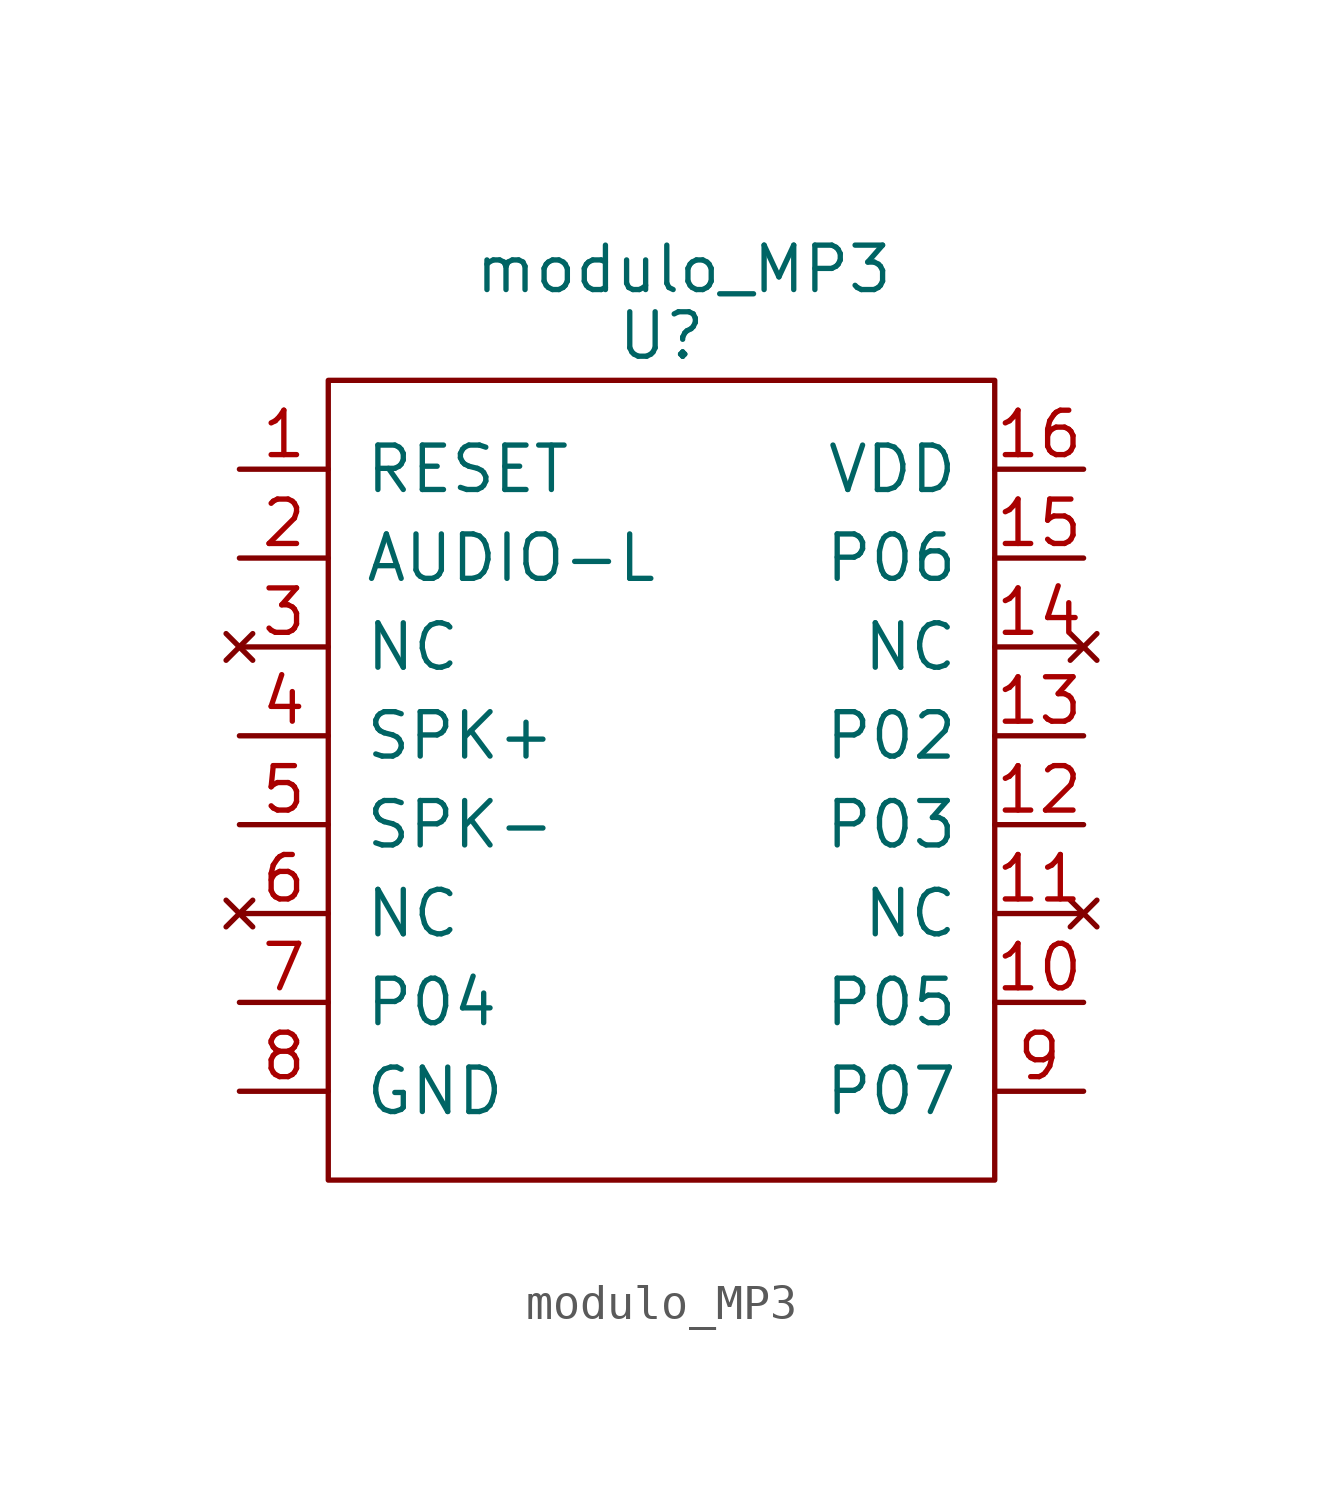
<source format=kicad_sym>
(kicad_symbol_lib
  (version 20211014)
  (generator kicad_symbol_editor)
  (symbol "modulo_MP3"
    (pin_names
      (offset 1.016))
    (property "Reference" "U"
      (at 0 7.62 0)
      (effects (font (size 1.27 1.27))))
    (property "Value" "modulo_MP3"
      (at 0.635 9.525 0)
      (effects (font (size 1.27 1.27))))
    (symbol "modulo_MP3_0_1"
      (rectangle (start -9.525 6.35) (end 9.525 -16.51) (stroke (width 0) (type default) (color 0 0 0 0)) (fill (type none))))
    (symbol "modulo_MP3_1_1"
      (pin output line (at -12.065 3.81 0) (length 2.54) (name "RESET" (effects (font (size 1.27 1.27)))) (number "1" (effects (font (size 1.27 1.27)))))
      (pin output line (at 12.065 -11.43 180) (length 2.54) (name "P05" (effects (font (size 1.27 1.27)))) (number "10" (effects (font (size 1.27 1.27)))))
      (pin no_connect line (at 12.065 -8.89 180) (length 2.54) (name "NC" (effects (font (size 1.27 1.27)))) (number "11" (effects (font (size 1.27 1.27)))))
      (pin output line (at 12.065 -6.35 180) (length 2.54) (name "P03" (effects (font (size 1.27 1.27)))) (number "12" (effects (font (size 1.27 1.27)))))
      (pin output line (at 12.065 -3.81 180) (length 2.54) (name "P02" (effects (font (size 1.27 1.27)))) (number "13" (effects (font (size 1.27 1.27)))))
      (pin no_connect line (at 12.065 -1.27 180) (length 2.54) (name "NC" (effects (font (size 1.27 1.27)))) (number "14" (effects (font (size 1.27 1.27)))))
      (pin input line (at 12.065 1.27 180) (length 2.54) (name "P06" (effects (font (size 1.27 1.27)))) (number "15" (effects (font (size 1.27 1.27)))))
      (pin input line (at 12.065 3.81 180) (length 2.54) (name "VDD" (effects (font (size 1.27 1.27)))) (number "16" (effects (font (size 1.27 1.27)))))
      (pin passive line (at -12.065 1.27 0) (length 2.54) (name "AUDIO-L" (effects (font (size 1.27 1.27)))) (number "2" (effects (font (size 1.27 1.27)))))
      (pin no_connect line (at -12.065 -1.27 0) (length 2.54) (name "NC" (effects (font (size 1.27 1.27)))) (number "3" (effects (font (size 1.27 1.27)))))
      (pin output line (at -12.065 -3.81 0) (length 2.54) (name "SPK+" (effects (font (size 1.27 1.27)))) (number "4" (effects (font (size 1.27 1.27)))))
      (pin output line (at -12.065 -6.35 0) (length 2.54) (name "SPK-" (effects (font (size 1.27 1.27)))) (number "5" (effects (font (size 1.27 1.27)))))
      (pin no_connect line (at -12.065 -8.89 0) (length 2.54) (name "NC" (effects (font (size 1.27 1.27)))) (number "6" (effects (font (size 1.27 1.27)))))
      (pin output line (at -12.065 -11.43 0) (length 2.54) (name "P04" (effects (font (size 1.27 1.27)))) (number "7" (effects (font (size 1.27 1.27)))))
      (pin input line (at -12.065 -13.97 0) (length 2.54) (name "GND" (effects (font (size 1.27 1.27)))) (number "8" (effects (font (size 1.27 1.27)))))
      (pin output line (at 12.065 -13.97 180) (length 2.54) (name "P07" (effects (font (size 1.27 1.27)))) (number "9" (effects (font (size 1.27 1.27))))))))
</source>
